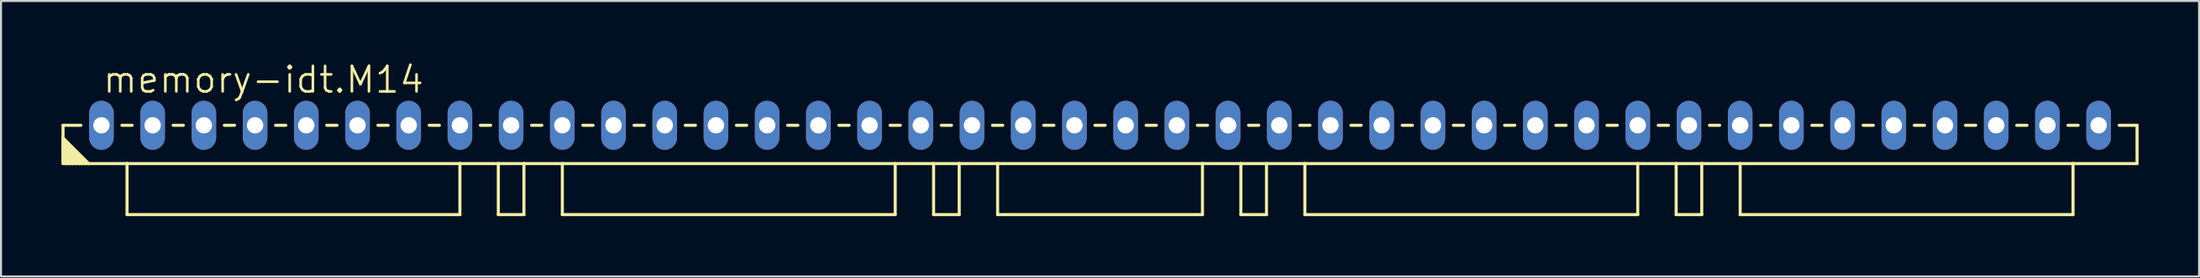
<source format=kicad_pcb>
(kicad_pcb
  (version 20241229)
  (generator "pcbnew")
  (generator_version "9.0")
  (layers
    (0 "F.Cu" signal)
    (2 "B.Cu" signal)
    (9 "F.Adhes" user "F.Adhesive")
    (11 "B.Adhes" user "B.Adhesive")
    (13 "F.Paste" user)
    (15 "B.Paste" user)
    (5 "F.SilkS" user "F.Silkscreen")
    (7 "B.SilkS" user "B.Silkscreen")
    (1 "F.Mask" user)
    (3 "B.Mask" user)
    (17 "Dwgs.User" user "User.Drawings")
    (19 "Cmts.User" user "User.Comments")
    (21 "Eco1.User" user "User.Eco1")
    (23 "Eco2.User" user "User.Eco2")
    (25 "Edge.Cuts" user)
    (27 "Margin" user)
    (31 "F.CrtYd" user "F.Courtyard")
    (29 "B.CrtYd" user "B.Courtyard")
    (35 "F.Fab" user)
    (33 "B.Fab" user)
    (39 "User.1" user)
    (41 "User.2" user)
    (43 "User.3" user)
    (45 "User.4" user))
  (footprint "memory-idt.M14"
    (layer "F.Cu")
    (at 51.511 4.454)
    (property "Reference" "memory-idt.M14" (at -49.53 -2.794 0) (layer "F.SilkS") (effects (font (size 1.27 1.27) (thickness 0.13)) (justify left bottom)))
    (attr through_hole)
    (fp_line (start -51.435 -1.27) (end -51.435 -0.635) (stroke (width 0.152) (type default)) (layer "F.SilkS"))
    (fp_line (start -51.435 -0.635) (end -51.435 -0.476) (stroke (width 0.152) (type default)) (layer "F.SilkS"))
    (fp_line (start -51.435 -0.635) (end -50.165 0.635) (stroke (width 0.152) (type default)) (layer "F.SilkS"))
    (fp_line (start -51.435 -0.476) (end -51.435 -0.318) (stroke (width 0.152) (type default)) (layer "F.SilkS"))
    (fp_line (start -51.435 -0.476) (end -50.324 0.635) (stroke (width 0.152) (type default)) (layer "F.SilkS"))
    (fp_line (start -51.435 -0.318) (end -51.435 -0.159) (stroke (width 0.152) (type default)) (layer "F.SilkS"))
    (fp_line (start -51.435 -0.318) (end -50.483 0.635) (stroke (width 0.152) (type default)) (layer "F.SilkS"))
    (fp_line (start -51.435 -0.159) (end -51.435 0) (stroke (width 0.152) (type default)) (layer "F.SilkS"))
    (fp_line (start -51.435 -0.159) (end -50.641 0.635) (stroke (width 0.152) (type default)) (layer "F.SilkS"))
    (fp_line (start -51.435 0) (end -51.435 0.159) (stroke (width 0.152) (type default)) (layer "F.SilkS"))
    (fp_line (start -51.435 0) (end -50.8 0.635) (stroke (width 0.152) (type default)) (layer "F.SilkS"))
    (fp_line (start -51.435 0.159) (end -51.435 0.318) (stroke (width 0.152) (type default)) (layer "F.SilkS"))
    (fp_line (start -51.435 0.159) (end -50.959 0.635) (stroke (width 0.152) (type default)) (layer "F.SilkS"))
    (fp_line (start -51.435 0.318) (end -51.435 0.476) (stroke (width 0.152) (type default)) (layer "F.SilkS"))
    (fp_line (start -51.435 0.318) (end -51.118 0.635) (stroke (width 0.152) (type default)) (layer "F.SilkS"))
    (fp_line (start -51.435 0.476) (end -51.435 0.635) (stroke (width 0.152) (type default)) (layer "F.SilkS"))
    (fp_line (start -51.435 0.476) (end -51.276 0.635) (stroke (width 0.152) (type default)) (layer "F.SilkS"))
    (fp_line (start -51.435 0.635) (end -51.276 0.635) (stroke (width 0.152) (type default)) (layer "F.SilkS"))
    (fp_line (start -51.276 0.635) (end -51.118 0.635) (stroke (width 0.152) (type default)) (layer "F.SilkS"))
    (fp_line (start -51.118 0.635) (end -50.959 0.635) (stroke (width 0.152) (type default)) (layer "F.SilkS"))
    (fp_line (start -50.959 0.635) (end -50.8 0.635) (stroke (width 0.152) (type default)) (layer "F.SilkS"))
    (fp_line (start -50.8 0.635) (end -50.641 0.635) (stroke (width 0.152) (type default)) (layer "F.SilkS"))
    (fp_line (start -50.641 0.635) (end -50.483 0.635) (stroke (width 0.152) (type default)) (layer "F.SilkS"))
    (fp_line (start -50.546 -1.27) (end -51.435 -1.27) (stroke (width 0.152) (type default)) (layer "F.SilkS"))
    (fp_line (start -50.483 0.635) (end -50.324 0.635) (stroke (width 0.152) (type default)) (layer "F.SilkS"))
    (fp_line (start -50.324 0.635) (end -50.165 0.635) (stroke (width 0.152) (type default)) (layer "F.SilkS"))
    (fp_line (start -50.165 0.635) (end -48.26 0.635) (stroke (width 0.152) (type default)) (layer "F.SilkS"))
    (fp_line (start -48.514 -1.27) (end -48.006 -1.27) (stroke (width 0.152) (type default)) (layer "F.SilkS"))
    (fp_line (start -48.26 0.635) (end -31.75 0.635) (stroke (width 0.152) (type default)) (layer "F.SilkS"))
    (fp_line (start -48.26 3.175) (end -48.26 0.635) (stroke (width 0.152) (type default)) (layer "F.SilkS"))
    (fp_line (start -45.974 -1.27) (end -45.466 -1.27) (stroke (width 0.152) (type default)) (layer "F.SilkS"))
    (fp_line (start -43.434 -1.27) (end -42.926 -1.27) (stroke (width 0.152) (type default)) (layer "F.SilkS"))
    (fp_line (start -40.894 -1.27) (end -40.386 -1.27) (stroke (width 0.152) (type default)) (layer "F.SilkS"))
    (fp_line (start -38.354 -1.27) (end -37.846 -1.27) (stroke (width 0.152) (type default)) (layer "F.SilkS"))
    (fp_line (start -35.814 -1.27) (end -35.306 -1.27) (stroke (width 0.152) (type default)) (layer "F.SilkS"))
    (fp_line (start -33.274 -1.27) (end -32.766 -1.27) (stroke (width 0.152) (type default)) (layer "F.SilkS"))
    (fp_line (start -31.75 0.635) (end -31.75 3.175) (stroke (width 0.152) (type default)) (layer "F.SilkS"))
    (fp_line (start -31.75 0.635) (end -29.845 0.635) (stroke (width 0.152) (type default)) (layer "F.SilkS"))
    (fp_line (start -31.75 3.175) (end -48.26 3.175) (stroke (width 0.152) (type default)) (layer "F.SilkS"))
    (fp_line (start -30.734 -1.27) (end -30.226 -1.27) (stroke (width 0.152) (type default)) (layer "F.SilkS"))
    (fp_line (start -29.845 0.635) (end -29.845 3.175) (stroke (width 0.152) (type default)) (layer "F.SilkS"))
    (fp_line (start -29.845 0.635) (end -28.575 0.635) (stroke (width 0.152) (type default)) (layer "F.SilkS"))
    (fp_line (start -29.845 3.175) (end -28.575 3.175) (stroke (width 0.152) (type default)) (layer "F.SilkS"))
    (fp_line (start -28.575 0.635) (end -26.67 0.635) (stroke (width 0.152) (type default)) (layer "F.SilkS"))
    (fp_line (start -28.575 3.175) (end -28.575 0.635) (stroke (width 0.152) (type default)) (layer "F.SilkS"))
    (fp_line (start -28.194 -1.27) (end -27.686 -1.27) (stroke (width 0.152) (type default)) (layer "F.SilkS"))
    (fp_line (start -26.67 0.635) (end -10.16 0.635) (stroke (width 0.152) (type default)) (layer "F.SilkS"))
    (fp_line (start -26.67 3.175) (end -26.67 0.635) (stroke (width 0.152) (type default)) (layer "F.SilkS"))
    (fp_line (start -25.654 -1.27) (end -25.146 -1.27) (stroke (width 0.152) (type default)) (layer "F.SilkS"))
    (fp_line (start -23.114 -1.27) (end -22.606 -1.27) (stroke (width 0.152) (type default)) (layer "F.SilkS"))
    (fp_line (start -20.574 -1.27) (end -20.066 -1.27) (stroke (width 0.152) (type default)) (layer "F.SilkS"))
    (fp_line (start -18.034 -1.27) (end -17.526 -1.27) (stroke (width 0.152) (type default)) (layer "F.SilkS"))
    (fp_line (start -15.494 -1.27) (end -14.986 -1.27) (stroke (width 0.152) (type default)) (layer "F.SilkS"))
    (fp_line (start -12.954 -1.27) (end -12.446 -1.27) (stroke (width 0.152) (type default)) (layer "F.SilkS"))
    (fp_line (start -10.414 -1.27) (end -9.906 -1.27) (stroke (width 0.152) (type default)) (layer "F.SilkS"))
    (fp_line (start -10.16 0.635) (end -10.16 3.175) (stroke (width 0.152) (type default)) (layer "F.SilkS"))
    (fp_line (start -10.16 0.635) (end -8.255 0.635) (stroke (width 0.152) (type default)) (layer "F.SilkS"))
    (fp_line (start -10.16 3.175) (end -26.67 3.175) (stroke (width 0.152) (type default)) (layer "F.SilkS"))
    (fp_line (start -8.255 0.635) (end -8.255 3.175) (stroke (width 0.152) (type default)) (layer "F.SilkS"))
    (fp_line (start -8.255 0.635) (end -6.985 0.635) (stroke (width 0.152) (type default)) (layer "F.SilkS"))
    (fp_line (start -8.255 3.175) (end -6.985 3.175) (stroke (width 0.152) (type default)) (layer "F.SilkS"))
    (fp_line (start -7.874 -1.27) (end -7.366 -1.27) (stroke (width 0.152) (type default)) (layer "F.SilkS"))
    (fp_line (start -6.985 0.635) (end -5.08 0.635) (stroke (width 0.152) (type default)) (layer "F.SilkS"))
    (fp_line (start -6.985 3.175) (end -6.985 0.635) (stroke (width 0.152) (type default)) (layer "F.SilkS"))
    (fp_line (start -5.334 -1.27) (end -4.826 -1.27) (stroke (width 0.152) (type default)) (layer "F.SilkS"))
    (fp_line (start -5.08 0.635) (end -5.08 3.175) (stroke (width 0.152) (type default)) (layer "F.SilkS"))
    (fp_line (start -5.08 0.635) (end 5.08 0.635) (stroke (width 0.152) (type default)) (layer "F.SilkS"))
    (fp_line (start -5.08 3.175) (end 5.08 3.175) (stroke (width 0.152) (type default)) (layer "F.SilkS"))
    (fp_line (start -2.794 -1.27) (end -2.286 -1.27) (stroke (width 0.152) (type default)) (layer "F.SilkS"))
    (fp_line (start -0.254 -1.27) (end 0.254 -1.27) (stroke (width 0.152) (type default)) (layer "F.SilkS"))
    (fp_line (start 2.286 -1.27) (end 2.794 -1.27) (stroke (width 0.152) (type default)) (layer "F.SilkS"))
    (fp_line (start 4.826 -1.27) (end 5.334 -1.27) (stroke (width 0.152) (type default)) (layer "F.SilkS"))
    (fp_line (start 5.08 0.635) (end 6.985 0.635) (stroke (width 0.152) (type default)) (layer "F.SilkS"))
    (fp_line (start 5.08 3.175) (end 5.08 0.635) (stroke (width 0.152) (type default)) (layer "F.SilkS"))
    (fp_line (start 6.985 0.635) (end 6.985 3.175) (stroke (width 0.152) (type default)) (layer "F.SilkS"))
    (fp_line (start 6.985 0.635) (end 8.255 0.635) (stroke (width 0.152) (type default)) (layer "F.SilkS"))
    (fp_line (start 6.985 3.175) (end 8.255 3.175) (stroke (width 0.152) (type default)) (layer "F.SilkS"))
    (fp_line (start 7.366 -1.27) (end 7.874 -1.27) (stroke (width 0.152) (type default)) (layer "F.SilkS"))
    (fp_line (start 8.255 0.635) (end 10.16 0.635) (stroke (width 0.152) (type default)) (layer "F.SilkS"))
    (fp_line (start 8.255 3.175) (end 8.255 0.635) (stroke (width 0.152) (type default)) (layer "F.SilkS"))
    (fp_line (start 9.906 -1.27) (end 10.414 -1.27) (stroke (width 0.152) (type default)) (layer "F.SilkS"))
    (fp_line (start 10.16 0.635) (end 26.67 0.635) (stroke (width 0.152) (type default)) (layer "F.SilkS"))
    (fp_line (start 10.16 3.175) (end 10.16 0.635) (stroke (width 0.152) (type default)) (layer "F.SilkS"))
    (fp_line (start 12.446 -1.27) (end 12.954 -1.27) (stroke (width 0.152) (type default)) (layer "F.SilkS"))
    (fp_line (start 14.986 -1.27) (end 15.494 -1.27) (stroke (width 0.152) (type default)) (layer "F.SilkS"))
    (fp_line (start 17.526 -1.27) (end 18.034 -1.27) (stroke (width 0.152) (type default)) (layer "F.SilkS"))
    (fp_line (start 20.066 -1.27) (end 20.574 -1.27) (stroke (width 0.152) (type default)) (layer "F.SilkS"))
    (fp_line (start 22.606 -1.27) (end 23.114 -1.27) (stroke (width 0.152) (type default)) (layer "F.SilkS"))
    (fp_line (start 25.146 -1.27) (end 25.654 -1.27) (stroke (width 0.152) (type default)) (layer "F.SilkS"))
    (fp_line (start 26.67 0.635) (end 26.67 3.175) (stroke (width 0.152) (type default)) (layer "F.SilkS"))
    (fp_line (start 26.67 0.635) (end 28.575 0.635) (stroke (width 0.152) (type default)) (layer "F.SilkS"))
    (fp_line (start 26.67 3.175) (end 10.16 3.175) (stroke (width 0.152) (type default)) (layer "F.SilkS"))
    (fp_line (start 27.686 -1.27) (end 28.194 -1.27) (stroke (width 0.152) (type default)) (layer "F.SilkS"))
    (fp_line (start 28.575 0.635) (end 28.575 3.175) (stroke (width 0.152) (type default)) (layer "F.SilkS"))
    (fp_line (start 28.575 0.635) (end 29.845 0.635) (stroke (width 0.152) (type default)) (layer "F.SilkS"))
    (fp_line (start 28.575 3.175) (end 29.845 3.175) (stroke (width 0.152) (type default)) (layer "F.SilkS"))
    (fp_line (start 29.845 0.635) (end 31.75 0.635) (stroke (width 0.152) (type default)) (layer "F.SilkS"))
    (fp_line (start 29.845 3.175) (end 29.845 0.635) (stroke (width 0.152) (type default)) (layer "F.SilkS"))
    (fp_line (start 30.226 -1.27) (end 30.734 -1.27) (stroke (width 0.152) (type default)) (layer "F.SilkS"))
    (fp_line (start 31.75 0.635) (end 48.26 0.635) (stroke (width 0.152) (type default)) (layer "F.SilkS"))
    (fp_line (start 31.75 3.175) (end 31.75 0.635) (stroke (width 0.152) (type default)) (layer "F.SilkS"))
    (fp_line (start 32.766 -1.27) (end 33.274 -1.27) (stroke (width 0.152) (type default)) (layer "F.SilkS"))
    (fp_line (start 35.306 -1.27) (end 35.814 -1.27) (stroke (width 0.152) (type default)) (layer "F.SilkS"))
    (fp_line (start 37.846 -1.27) (end 38.354 -1.27) (stroke (width 0.152) (type default)) (layer "F.SilkS"))
    (fp_line (start 40.386 -1.27) (end 40.894 -1.27) (stroke (width 0.152) (type default)) (layer "F.SilkS"))
    (fp_line (start 42.926 -1.27) (end 43.434 -1.27) (stroke (width 0.152) (type default)) (layer "F.SilkS"))
    (fp_line (start 45.466 -1.27) (end 45.974 -1.27) (stroke (width 0.152) (type default)) (layer "F.SilkS"))
    (fp_line (start 48.006 -1.27) (end 48.514 -1.27) (stroke (width 0.152) (type default)) (layer "F.SilkS"))
    (fp_line (start 48.26 0.635) (end 48.26 3.175) (stroke (width 0.152) (type default)) (layer "F.SilkS"))
    (fp_line (start 48.26 0.635) (end 51.435 0.635) (stroke (width 0.152) (type default)) (layer "F.SilkS"))
    (fp_line (start 48.26 3.175) (end 31.75 3.175) (stroke (width 0.152) (type default)) (layer "F.SilkS"))
    (fp_line (start 50.546 -1.27) (end 51.435 -1.27) (stroke (width 0.152) (type default)) (layer "F.SilkS"))
    (fp_line (start 51.435 0.635) (end 51.435 -1.27) (stroke (width 0.152) (type default)) (layer "F.SilkS"))
    (pad "1" thru_hole oval (at -49.53 -1.27 90) (size 2.438 1.219) (drill 0.813) (layers "*.Cu" "*.Mask"))
    (pad "2" thru_hole oval (at -46.99 -1.27 90) (size 2.438 1.219) (drill 0.813) (layers "*.Cu" "*.Mask"))
    (pad "3" thru_hole oval (at -44.45 -1.27 90) (size 2.438 1.219) (drill 0.813) (layers "*.Cu" "*.Mask"))
    (pad "4" thru_hole oval (at -41.91 -1.27 90) (size 2.438 1.219) (drill 0.813) (layers "*.Cu" "*.Mask"))
    (pad "5" thru_hole oval (at -39.37 -1.27 90) (size 2.438 1.219) (drill 0.813) (layers "*.Cu" "*.Mask"))
    (pad "6" thru_hole oval (at -36.83 -1.27 90) (size 2.438 1.219) (drill 0.813) (layers "*.Cu" "*.Mask"))
    (pad "7" thru_hole oval (at -34.29 -1.27 90) (size 2.438 1.219) (drill 0.813) (layers "*.Cu" "*.Mask"))
    (pad "8" thru_hole oval (at -31.75 -1.27 90) (size 2.438 1.219) (drill 0.813) (layers "*.Cu" "*.Mask"))
    (pad "9" thru_hole oval (at -29.21 -1.27 90) (size 2.438 1.219) (drill 0.813) (layers "*.Cu" "*.Mask"))
    (pad "10" thru_hole oval (at -26.67 -1.27 90) (size 2.438 1.219) (drill 0.813) (layers "*.Cu" "*.Mask"))
    (pad "11" thru_hole oval (at -24.13 -1.27 90) (size 2.438 1.219) (drill 0.813) (layers "*.Cu" "*.Mask"))
    (pad "12" thru_hole oval (at -21.59 -1.27 90) (size 2.438 1.219) (drill 0.813) (layers "*.Cu" "*.Mask"))
    (pad "13" thru_hole oval (at -19.05 -1.27 90) (size 2.438 1.219) (drill 0.813) (layers "*.Cu" "*.Mask"))
    (pad "14" thru_hole oval (at -16.51 -1.27 90) (size 2.438 1.219) (drill 0.813) (layers "*.Cu" "*.Mask"))
    (pad "15" thru_hole oval (at -13.97 -1.27 90) (size 2.438 1.219) (drill 0.813) (layers "*.Cu" "*.Mask"))
    (pad "16" thru_hole oval (at -11.43 -1.27 90) (size 2.438 1.219) (drill 0.813) (layers "*.Cu" "*.Mask"))
    (pad "17" thru_hole oval (at -8.89 -1.27 90) (size 2.438 1.219) (drill 0.813) (layers "*.Cu" "*.Mask"))
    (pad "18" thru_hole oval (at -6.35 -1.27 90) (size 2.438 1.219) (drill 0.813) (layers "*.Cu" "*.Mask"))
    (pad "19" thru_hole oval (at -3.81 -1.27 90) (size 2.438 1.219) (drill 0.813) (layers "*.Cu" "*.Mask"))
    (pad "20" thru_hole oval (at -1.27 -1.27 90) (size 2.438 1.219) (drill 0.813) (layers "*.Cu" "*.Mask"))
    (pad "21" thru_hole oval (at 1.27 -1.27 90) (size 2.438 1.219) (drill 0.813) (layers "*.Cu" "*.Mask"))
    (pad "22" thru_hole oval (at 3.81 -1.27 90) (size 2.438 1.219) (drill 0.813) (layers "*.Cu" "*.Mask"))
    (pad "23" thru_hole oval (at 6.35 -1.27 90) (size 2.438 1.219) (drill 0.813) (layers "*.Cu" "*.Mask"))
    (pad "24" thru_hole oval (at 8.89 -1.27 90) (size 2.438 1.219) (drill 0.813) (layers "*.Cu" "*.Mask"))
    (pad "25" thru_hole oval (at 11.43 -1.27 90) (size 2.438 1.219) (drill 0.813) (layers "*.Cu" "*.Mask"))
    (pad "26" thru_hole oval (at 13.97 -1.27 90) (size 2.438 1.219) (drill 0.813) (layers "*.Cu" "*.Mask"))
    (pad "27" thru_hole oval (at 16.51 -1.27 90) (size 2.438 1.219) (drill 0.813) (layers "*.Cu" "*.Mask"))
    (pad "28" thru_hole oval (at 19.05 -1.27 90) (size 2.438 1.219) (drill 0.813) (layers "*.Cu" "*.Mask"))
    (pad "29" thru_hole oval (at 21.59 -1.27 90) (size 2.438 1.219) (drill 0.813) (layers "*.Cu" "*.Mask"))
    (pad "30" thru_hole oval (at 24.13 -1.27 90) (size 2.438 1.219) (drill 0.813) (layers "*.Cu" "*.Mask"))
    (pad "31" thru_hole oval (at 26.67 -1.27 90) (size 2.438 1.219) (drill 0.813) (layers "*.Cu" "*.Mask"))
    (pad "32" thru_hole oval (at 29.21 -1.27 90) (size 2.438 1.219) (drill 0.813) (layers "*.Cu" "*.Mask"))
    (pad "33" thru_hole oval (at 31.75 -1.27 90) (size 2.438 1.219) (drill 0.813) (layers "*.Cu" "*.Mask"))
    (pad "34" thru_hole oval (at 34.29 -1.27 90) (size 2.438 1.219) (drill 0.813) (layers "*.Cu" "*.Mask"))
    (pad "35" thru_hole oval (at 36.83 -1.27 90) (size 2.438 1.219) (drill 0.813) (layers "*.Cu" "*.Mask"))
    (pad "36" thru_hole oval (at 39.37 -1.27 90) (size 2.438 1.219) (drill 0.813) (layers "*.Cu" "*.Mask"))
    (pad "37" thru_hole oval (at 41.91 -1.27 90) (size 2.438 1.219) (drill 0.813) (layers "*.Cu" "*.Mask"))
    (pad "38" thru_hole oval (at 44.45 -1.27 90) (size 2.438 1.219) (drill 0.813) (layers "*.Cu" "*.Mask"))
    (pad "39" thru_hole oval (at 46.99 -1.27 90) (size 2.438 1.219) (drill 0.813) (layers "*.Cu" "*.Mask"))
    (pad "40" thru_hole oval (at 49.53 -1.27 90) (size 2.438 1.219) (drill 0.813) (layers "*.Cu" "*.Mask")))
  (gr_rect
    (start -3 -3)
    (end 106.022 10.705)
    (stroke (width 0.1) (type default))
    (fill no)
    (layer "Edge.Cuts")))
</source>
